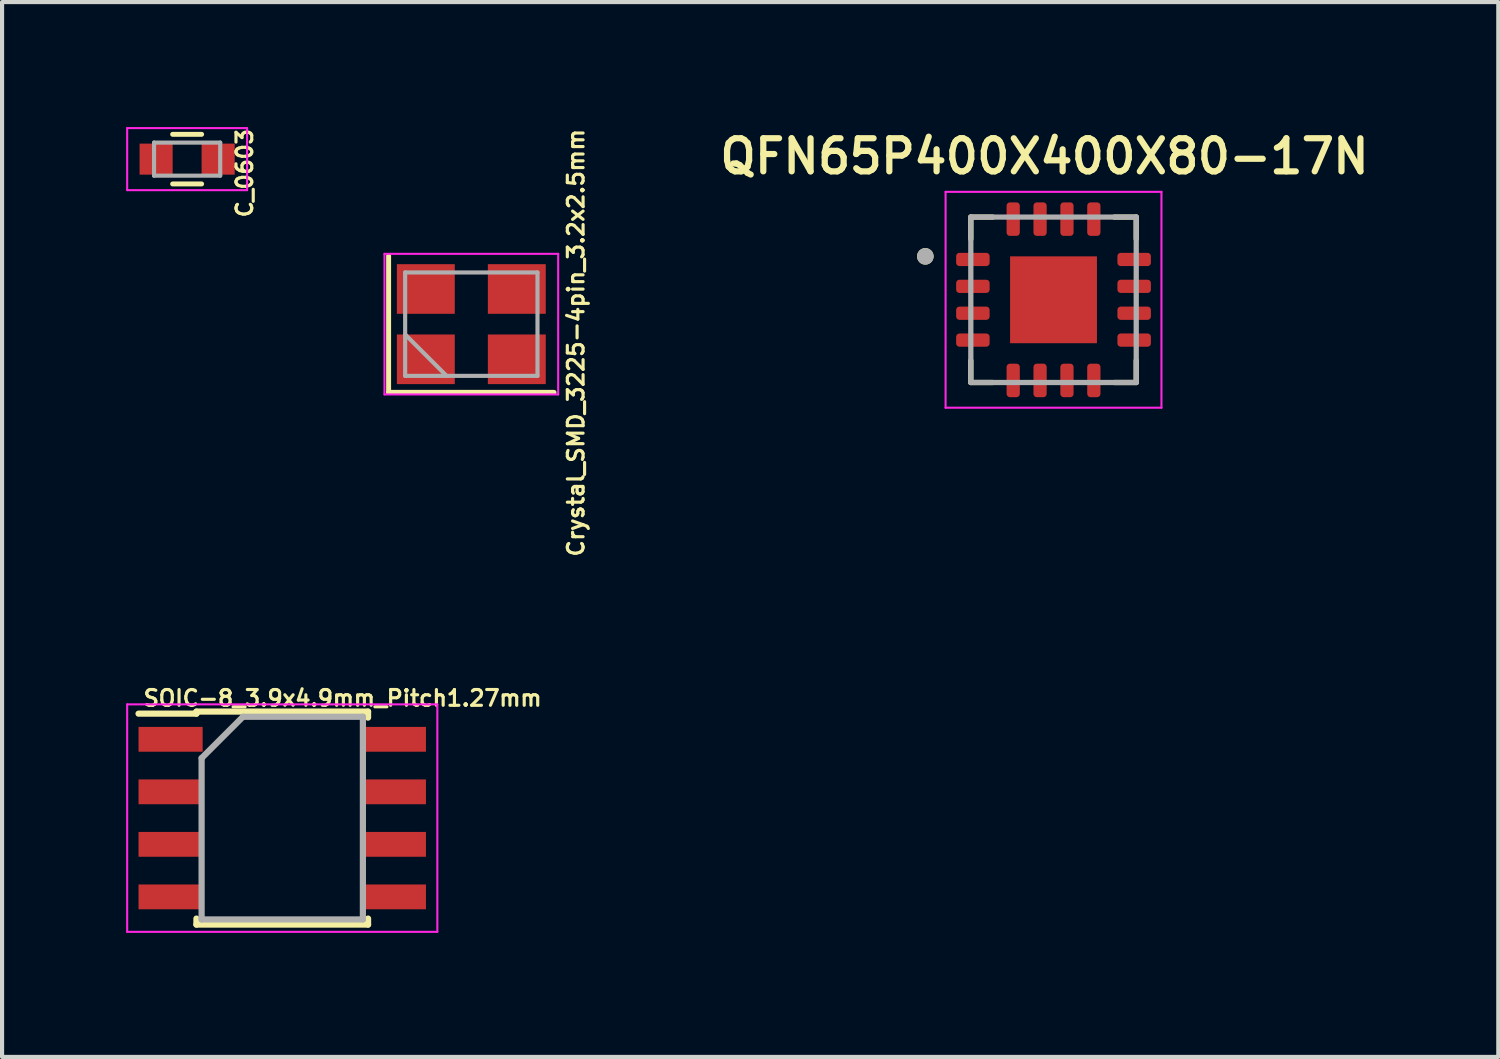
<source format=kicad_pcb>
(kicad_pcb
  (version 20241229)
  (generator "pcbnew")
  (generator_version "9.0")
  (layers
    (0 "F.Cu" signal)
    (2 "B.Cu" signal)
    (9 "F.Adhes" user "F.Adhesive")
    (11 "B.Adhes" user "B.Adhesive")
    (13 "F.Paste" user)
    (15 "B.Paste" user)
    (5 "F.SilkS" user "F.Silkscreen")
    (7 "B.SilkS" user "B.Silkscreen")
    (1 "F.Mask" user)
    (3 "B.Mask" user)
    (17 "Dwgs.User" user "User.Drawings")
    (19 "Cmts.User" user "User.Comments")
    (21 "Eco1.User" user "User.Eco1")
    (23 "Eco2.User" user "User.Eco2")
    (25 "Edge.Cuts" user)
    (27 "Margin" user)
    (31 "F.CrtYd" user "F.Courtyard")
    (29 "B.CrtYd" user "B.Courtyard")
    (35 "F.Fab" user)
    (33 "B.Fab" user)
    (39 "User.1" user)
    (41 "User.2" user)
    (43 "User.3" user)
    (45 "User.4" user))
  (footprint "QFN65P400X400X80-17N"
    (layer "F.Cu")
    (at 22.425 4.199)
    (property "Reference" "QFN65P400X400X80-17N" (at -0.218 -3.468 0) (layer "F.SilkS") (effects (font (size 0.8 0.8) (thickness 0.15))))
    (attr smd)
    (fp_line (start -2 -2) (end -1.47 -2) (stroke (width 0.127) (type solid)) (layer "F.SilkS"))
    (fp_line (start -2 -1.47) (end -2 -2) (stroke (width 0.127) (type solid)) (layer "F.SilkS"))
    (fp_line (start -2 2) (end -2 1.47) (stroke (width 0.127) (type solid)) (layer "F.SilkS"))
    (fp_line (start -1.47 2) (end -2 2) (stroke (width 0.127) (type solid)) (layer "F.SilkS"))
    (fp_line (start 1.47 -2) (end 2 -2) (stroke (width 0.127) (type solid)) (layer "F.SilkS"))
    (fp_line (start 2 -2) (end 2 -1.47) (stroke (width 0.127) (type solid)) (layer "F.SilkS"))
    (fp_line (start 2 1.47) (end 2 2) (stroke (width 0.127) (type solid)) (layer "F.SilkS"))
    (fp_line (start 2 2) (end 1.47 2) (stroke (width 0.127) (type solid)) (layer "F.SilkS"))
    (fp_circle (center -3.1 -1.05) (end -3 -1.05) (stroke (width 0.2) (type solid)) (fill no) (layer "F.SilkS"))
    (fp_poly (pts (xy -0.79 -0.79) (xy -0.13 -0.79) (xy -0.13 -0.13) (xy -0.79 -0.13)) (stroke (width 0.01) (type solid)) (fill yes) (layer "F.Paste"))
    (fp_poly (pts (xy -0.79 0.13) (xy -0.13 0.13) (xy -0.13 0.79) (xy -0.79 0.79)) (stroke (width 0.01) (type solid)) (fill yes) (layer "F.Paste"))
    (fp_poly (pts (xy 0.13 -0.79) (xy 0.79 -0.79) (xy 0.79 -0.13) (xy 0.13 -0.13)) (stroke (width 0.01) (type solid)) (fill yes) (layer "F.Paste"))
    (fp_poly (pts (xy 0.13 0.13) (xy 0.79 0.13) (xy 0.79 0.79) (xy 0.13 0.79)) (stroke (width 0.01) (type solid)) (fill yes) (layer "F.Paste"))
    (fp_line (start -2.61 -2.61) (end 2.61 -2.61) (stroke (width 0.05) (type solid)) (layer "F.CrtYd"))
    (fp_line (start -2.61 2.61) (end -2.61 -2.61) (stroke (width 0.05) (type solid)) (layer "F.CrtYd"))
    (fp_line (start 2.61 -2.61) (end 2.61 2.61) (stroke (width 0.05) (type solid)) (layer "F.CrtYd"))
    (fp_line (start 2.61 2.61) (end -2.61 2.61) (stroke (width 0.05) (type solid)) (layer "F.CrtYd"))
    (fp_line (start -2 -2) (end 2 -2) (stroke (width 0.127) (type solid)) (layer "F.Fab"))
    (fp_line (start -2 2) (end -2 -2) (stroke (width 0.127) (type solid)) (layer "F.Fab"))
    (fp_line (start 2 -2) (end 2 2) (stroke (width 0.127) (type solid)) (layer "F.Fab"))
    (fp_line (start 2 2) (end -2 2) (stroke (width 0.127) (type solid)) (layer "F.Fab"))
    (fp_circle (center -3.1 -1.05) (end -3 -1.05) (stroke (width 0.2) (type solid)) (fill no) (layer "F.Fab"))
    (pad "1" smd roundrect (at -1.95 -0.975) (size 0.81 0.32) (layers "F.Cu" "F.Mask" "F.Paste") (roundrect_rratio 0.25))
    (pad "2" smd roundrect (at -1.95 -0.325) (size 0.81 0.32) (layers "F.Cu" "F.Mask" "F.Paste") (roundrect_rratio 0.25))
    (pad "3" smd roundrect (at -1.95 0.325) (size 0.81 0.32) (layers "F.Cu" "F.Mask" "F.Paste") (roundrect_rratio 0.25))
    (pad "4" smd roundrect (at -1.95 0.975) (size 0.81 0.32) (layers "F.Cu" "F.Mask" "F.Paste") (roundrect_rratio 0.25))
    (pad "5" smd roundrect (at -0.975 1.95) (size 0.32 0.81) (layers "F.Cu" "F.Mask" "F.Paste") (roundrect_rratio 0.25))
    (pad "6" smd roundrect (at -0.325 1.95) (size 0.32 0.81) (layers "F.Cu" "F.Mask" "F.Paste") (roundrect_rratio 0.25))
    (pad "7" smd roundrect (at 0.325 1.95) (size 0.32 0.81) (layers "F.Cu" "F.Mask" "F.Paste") (roundrect_rratio 0.25))
    (pad "8" smd roundrect (at 0.975 1.95) (size 0.32 0.81) (layers "F.Cu" "F.Mask" "F.Paste") (roundrect_rratio 0.25))
    (pad "9" smd roundrect (at 1.95 0.975) (size 0.81 0.32) (layers "F.Cu" "F.Mask" "F.Paste") (roundrect_rratio 0.25))
    (pad "10" smd roundrect (at 1.95 0.325) (size 0.81 0.32) (layers "F.Cu" "F.Mask" "F.Paste") (roundrect_rratio 0.25))
    (pad "11" smd roundrect (at 1.95 -0.325) (size 0.81 0.32) (layers "F.Cu" "F.Mask" "F.Paste") (roundrect_rratio 0.25))
    (pad "12" smd roundrect (at 1.95 -0.975) (size 0.81 0.32) (layers "F.Cu" "F.Mask" "F.Paste") (roundrect_rratio 0.25))
    (pad "13" smd roundrect (at 0.975 -1.95) (size 0.32 0.81) (layers "F.Cu" "F.Mask" "F.Paste") (roundrect_rratio 0.25))
    (pad "14" smd roundrect (at 0.325 -1.95) (size 0.32 0.81) (layers "F.Cu" "F.Mask" "F.Paste") (roundrect_rratio 0.25))
    (pad "15" smd roundrect (at -0.325 -1.95) (size 0.32 0.81) (layers "F.Cu" "F.Mask" "F.Paste") (roundrect_rratio 0.25))
    (pad "16" smd roundrect (at -0.975 -1.95) (size 0.32 0.81) (layers "F.Cu" "F.Mask" "F.Paste") (roundrect_rratio 0.25))
    (pad "17" smd rect (at 0 0) (size 2.1 2.1) (layers "F.Cu" "F.Mask")))
  (footprint "Crystal_SMD_3225-4pin_3.2x2.5mm"
    (layer "F.Cu")
    (at 8.347 4.788)
    (property "Reference" "Crystal_SMD_3225-4pin_3.2x2.5mm" (at 2.53 0.45 90) (layer "F.SilkS") (effects (font (size 0.381 0.381) (thickness 0.076))))
    (attr smd)
    (fp_line (start -2 -1.65) (end -2 1.65) (stroke (width 0.12) (type solid)) (layer "F.SilkS"))
    (fp_line (start -2 1.65) (end 2 1.65) (stroke (width 0.12) (type solid)) (layer "F.SilkS"))
    (fp_line (start -2.1 -1.7) (end -2.1 1.7) (stroke (width 0.05) (type solid)) (layer "F.CrtYd"))
    (fp_line (start -2.1 1.7) (end 2.1 1.7) (stroke (width 0.05) (type solid)) (layer "F.CrtYd"))
    (fp_line (start 2.1 -1.7) (end -2.1 -1.7) (stroke (width 0.05) (type solid)) (layer "F.CrtYd"))
    (fp_line (start 2.1 1.7) (end 2.1 -1.7) (stroke (width 0.05) (type solid)) (layer "F.CrtYd"))
    (fp_line (start -1.6 -1.25) (end -1.6 1.25) (stroke (width 0.1) (type solid)) (layer "F.Fab"))
    (fp_line (start -1.6 0.25) (end -0.6 1.25) (stroke (width 0.1) (type solid)) (layer "F.Fab"))
    (fp_line (start -1.6 1.25) (end 1.6 1.25) (stroke (width 0.1) (type solid)) (layer "F.Fab"))
    (fp_line (start 1.6 -1.25) (end -1.6 -1.25) (stroke (width 0.1) (type solid)) (layer "F.Fab"))
    (fp_line (start 1.6 1.25) (end 1.6 -1.25) (stroke (width 0.1) (type solid)) (layer "F.Fab"))
    (pad "1" smd rect (at -1.1 0.85) (size 1.4 1.2) (layers "F.Cu" "F.Mask" "F.Paste"))
    (pad "2" smd rect (at 1.1 0.85) (size 1.4 1.2) (layers "F.Cu" "F.Mask" "F.Paste"))
    (pad "3" smd rect (at 1.1 -0.85) (size 1.4 1.2) (layers "F.Cu" "F.Mask" "F.Paste"))
    (pad "4" smd rect (at -1.1 -0.85) (size 1.4 1.2) (layers "F.Cu" "F.Mask" "F.Paste")))
  (footprint "C_0603"
    (layer "F.Cu")
    (at 1.475 0.798)
    (property "Reference" "C_0603" (at 1.39 0.34 90) (layer "F.SilkS") (effects (font (size 0.381 0.381) (thickness 0.076))))
    (attr smd)
    (fp_line (start -0.35 -0.6) (end 0.35 -0.6) (stroke (width 0.12) (type solid)) (layer "F.SilkS"))
    (fp_line (start 0.35 0.6) (end -0.35 0.6) (stroke (width 0.12) (type solid)) (layer "F.SilkS"))
    (fp_line (start -1.45 -0.75) (end -1.45 0.75) (stroke (width 0.05) (type solid)) (layer "F.CrtYd"))
    (fp_line (start -1.45 -0.75) (end 1.45 -0.75) (stroke (width 0.05) (type solid)) (layer "F.CrtYd"))
    (fp_line (start -1.45 0.75) (end 1.45 0.75) (stroke (width 0.05) (type solid)) (layer "F.CrtYd"))
    (fp_line (start 1.45 -0.75) (end 1.45 0.75) (stroke (width 0.05) (type solid)) (layer "F.CrtYd"))
    (fp_line (start -0.8 -0.4) (end 0.8 -0.4) (stroke (width 0.1) (type solid)) (layer "F.Fab"))
    (fp_line (start -0.8 0.4) (end -0.8 -0.4) (stroke (width 0.1) (type solid)) (layer "F.Fab"))
    (fp_line (start 0.8 -0.4) (end 0.8 0.4) (stroke (width 0.1) (type solid)) (layer "F.Fab"))
    (fp_line (start 0.8 0.4) (end -0.8 0.4) (stroke (width 0.1) (type solid)) (layer "F.Fab"))
    (pad "1" smd rect (at -0.75 0) (size 0.8 0.75) (layers "F.Cu" "F.Mask" "F.Paste"))
    (pad "2" smd rect (at 0.75 0) (size 0.8 0.75) (layers "F.Cu" "F.Mask" "F.Paste")))
  (footprint "SOIC-8_3.9x4.9mm_Pitch1.27mm"
    (layer "F.Cu")
    (at 3.775 16.732)
    (property "Reference" "SOIC-8_3.9x4.9mm_Pitch1.27mm" (at 1.46 -2.9 0) (layer "F.SilkS") (effects (font (size 0.381 0.381) (thickness 0.076))))
    (attr smd)
    (fp_line (start -2.075 -2.575) (end -2.075 -2.525) (stroke (width 0.15) (type solid)) (layer "F.SilkS"))
    (fp_line (start -2.075 -2.575) (end 2.075 -2.575) (stroke (width 0.15) (type solid)) (layer "F.SilkS"))
    (fp_line (start -2.075 -2.525) (end -3.475 -2.525) (stroke (width 0.15) (type solid)) (layer "F.SilkS"))
    (fp_line (start -2.075 2.575) (end -2.075 2.43) (stroke (width 0.15) (type solid)) (layer "F.SilkS"))
    (fp_line (start -2.075 2.575) (end 2.075 2.575) (stroke (width 0.15) (type solid)) (layer "F.SilkS"))
    (fp_line (start 2.075 -2.575) (end 2.075 -2.43) (stroke (width 0.15) (type solid)) (layer "F.SilkS"))
    (fp_line (start 2.075 2.575) (end 2.075 2.43) (stroke (width 0.15) (type solid)) (layer "F.SilkS"))
    (fp_line (start -3.75 -2.75) (end -3.75 2.75) (stroke (width 0.05) (type solid)) (layer "F.CrtYd"))
    (fp_line (start -3.75 -2.75) (end 3.75 -2.75) (stroke (width 0.05) (type solid)) (layer "F.CrtYd"))
    (fp_line (start -3.75 2.75) (end 3.75 2.75) (stroke (width 0.05) (type solid)) (layer "F.CrtYd"))
    (fp_line (start 3.75 -2.75) (end 3.75 2.75) (stroke (width 0.05) (type solid)) (layer "F.CrtYd"))
    (fp_line (start -1.95 -1.45) (end -0.95 -2.45) (stroke (width 0.15) (type solid)) (layer "F.Fab"))
    (fp_line (start -1.95 2.45) (end -1.95 -1.45) (stroke (width 0.15) (type solid)) (layer "F.Fab"))
    (fp_line (start -0.95 -2.45) (end 1.95 -2.45) (stroke (width 0.15) (type solid)) (layer "F.Fab"))
    (fp_line (start 1.95 -2.45) (end 1.95 2.45) (stroke (width 0.15) (type solid)) (layer "F.Fab"))
    (fp_line (start 1.95 2.45) (end -1.95 2.45) (stroke (width 0.15) (type solid)) (layer "F.Fab"))
    (pad "1" smd rect (at -2.7 -1.905) (size 1.55 0.6) (layers "F.Cu" "F.Mask" "F.Paste"))
    (pad "2" smd rect (at -2.7 -0.635) (size 1.55 0.6) (layers "F.Cu" "F.Mask" "F.Paste"))
    (pad "3" smd rect (at -2.7 0.635) (size 1.55 0.6) (layers "F.Cu" "F.Mask" "F.Paste"))
    (pad "4" smd rect (at -2.7 1.905) (size 1.55 0.6) (layers "F.Cu" "F.Mask" "F.Paste"))
    (pad "5" smd rect (at 2.7 1.905) (size 1.55 0.6) (layers "F.Cu" "F.Mask" "F.Paste"))
    (pad "6" smd rect (at 2.7 0.635) (size 1.55 0.6) (layers "F.Cu" "F.Mask" "F.Paste"))
    (pad "7" smd rect (at 2.7 -0.635) (size 1.55 0.6) (layers "F.Cu" "F.Mask" "F.Paste"))
    (pad "8" smd rect (at 2.7 -1.905) (size 1.55 0.6) (layers "F.Cu" "F.Mask" "F.Paste")))
  (gr_rect
    (start -3 -3)
    (end 33.18 22.507)
    (stroke (width 0.1) (type default))
    (fill no)
    (layer "Edge.Cuts")))
</source>
